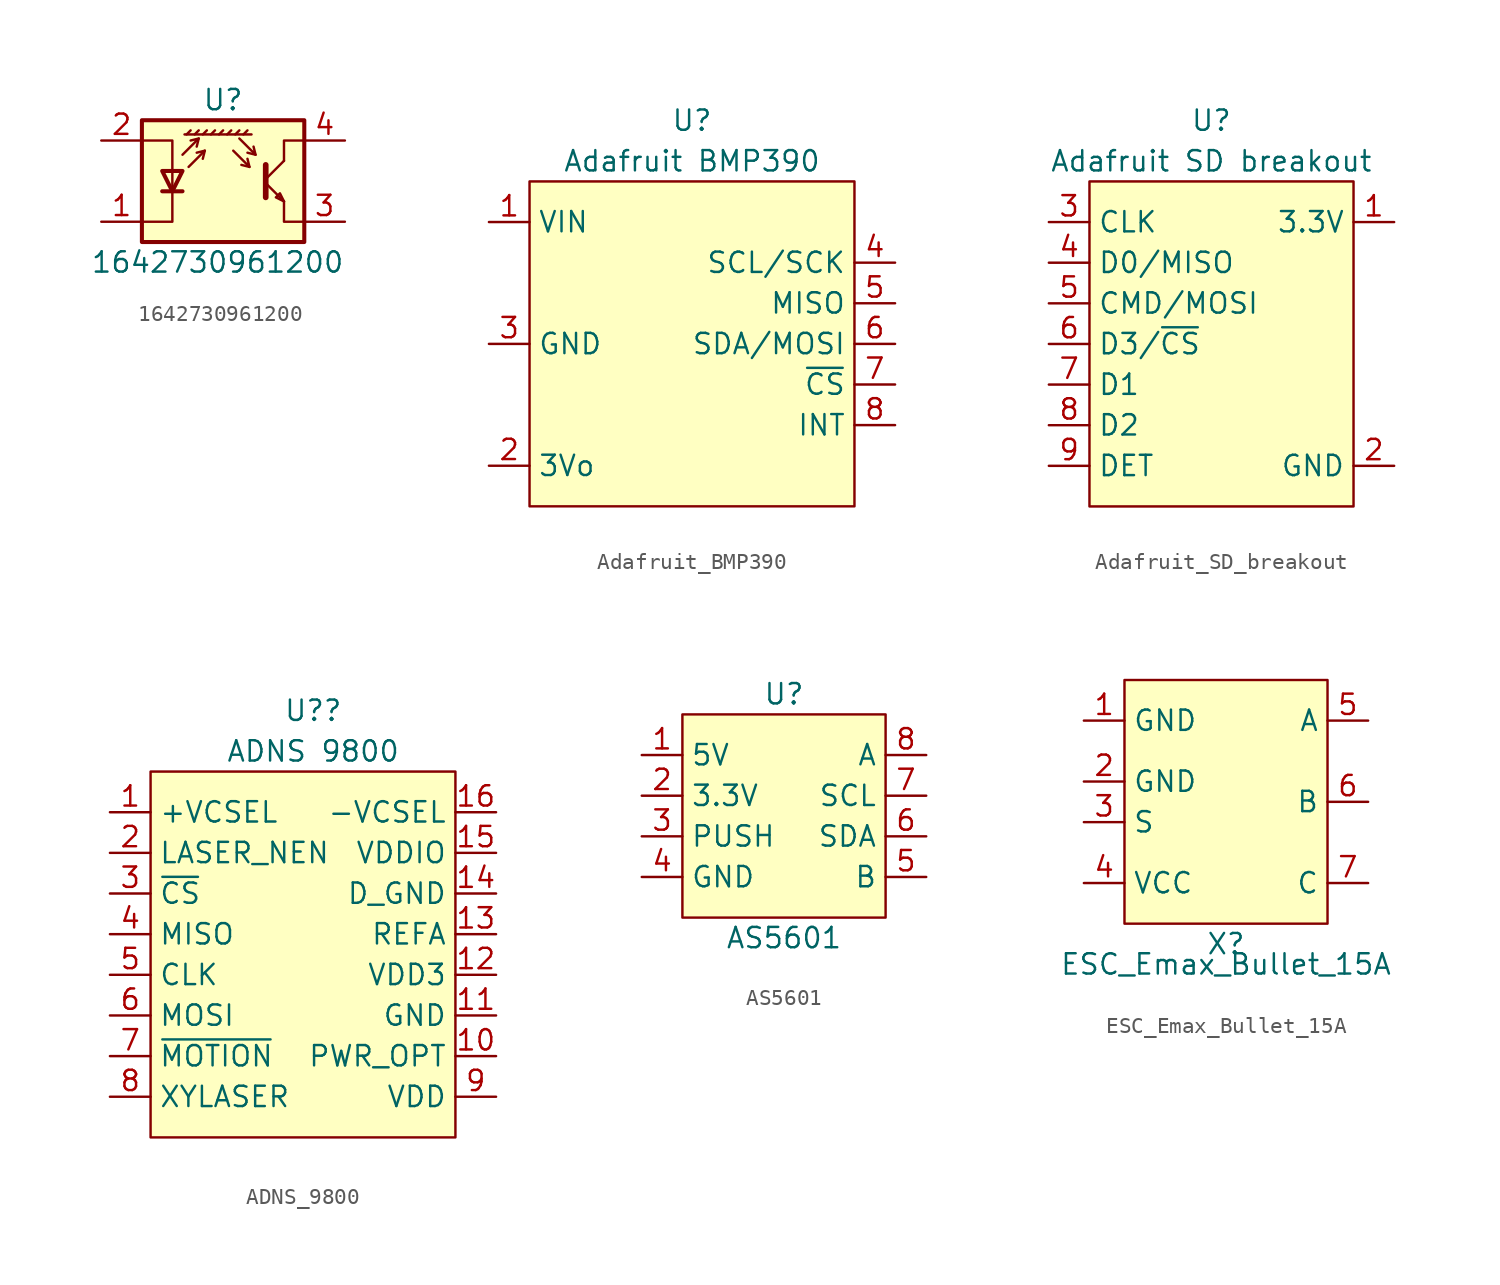
<source format=kicad_sym>
(kicad_symbol_lib
  (version 20220914)
  (generator kicad_symbol_editor)
  (symbol "1642730961200"
    (pin_names
      (offset 0.025) hide)
    (property "Reference" "U"
      (at 0 5.08 0)
      (effects (font (size 1.27 1.27))))
    (property "Value" "1642730961200"
      (at 7.62 -5.08 0)
      (effects (font (size 1.27 1.27)) (justify right)))
    (symbol "1642730961200_0_1"
      (polyline (pts (xy -3.81 -0.635) (xy -2.54 -0.635)) (stroke (width 0.254) (type default)) (fill (type none)))
      (polyline (pts (xy -2.286 2.921) (xy -2.032 3.175)) (stroke (width 0) (type default)) (fill (type none)))
      (polyline (pts (xy -1.778 2.921) (xy -1.524 3.175)) (stroke (width 0) (type default)) (fill (type none)))
      (polyline (pts (xy -1.524 2.667) (xy -1.651 2.159)) (stroke (width 0) (type default)) (fill (type none)))
      (polyline (pts (xy -1.27 2.921) (xy -1.016 3.175)) (stroke (width 0) (type default)) (fill (type none)))
      (polyline (pts (xy -1.143 1.905) (xy -1.27 1.397)) (stroke (width 0) (type default)) (fill (type none)))
      (polyline (pts (xy -0.762 2.921) (xy -0.508 3.175)) (stroke (width 0) (type default)) (fill (type none)))
      (polyline (pts (xy -0.254 2.921) (xy 0 3.175)) (stroke (width 0) (type default)) (fill (type none)))
      (polyline (pts (xy 0.254 2.921) (xy 0.508 3.175)) (stroke (width 0) (type default)) (fill (type none)))
      (polyline (pts (xy 0.762 2.921) (xy 1.016 3.175)) (stroke (width 0) (type default)) (fill (type none)))
      (polyline (pts (xy 1.27 2.921) (xy 1.524 3.175)) (stroke (width 0) (type default)) (fill (type none)))
      (polyline (pts (xy 1.651 0.889) (xy 1.143 1.016)) (stroke (width 0) (type default)) (fill (type none)))
      (polyline (pts (xy 1.778 2.921) (xy -2.413 2.921)) (stroke (width 0) (type default)) (fill (type none)))
      (polyline (pts (xy 2.032 1.651) (xy 1.524 1.778)) (stroke (width 0) (type default)) (fill (type none)))
      (polyline (pts (xy 2.667 -0.127) (xy 3.81 -1.27)) (stroke (width 0) (type default)) (fill (type none)))
      (polyline (pts (xy 2.667 0.127) (xy 3.81 1.27)) (stroke (width 0) (type default)) (fill (type none)))
      (polyline (pts (xy -2.54 1.651) (xy -1.524 2.667) (xy -2.032 2.54)) (stroke (width 0) (type default)) (fill (type none)))
      (polyline (pts (xy -2.159 0.889) (xy -1.143 1.905) (xy -1.651 1.778)) (stroke (width 0) (type default)) (fill (type none)))
      (polyline (pts (xy 0.635 1.905) (xy 1.651 0.889) (xy 1.524 1.397)) (stroke (width 0) (type default)) (fill (type none)))
      (polyline (pts (xy 1.016 2.667) (xy 2.032 1.651) (xy 1.905 2.159)) (stroke (width 0) (type default)) (fill (type none)))
      (polyline (pts (xy 2.667 1.016) (xy 2.667 -1.016) (xy 2.667 -1.016)) (stroke (width 0.356) (type default)) (fill (type none)))
      (polyline (pts (xy 3.81 -1.27) (xy 3.81 -2.54) (xy 5.08 -2.54)) (stroke (width 0) (type default)) (fill (type none)))
      (polyline (pts (xy 3.81 1.27) (xy 3.81 2.54) (xy 5.08 2.54)) (stroke (width 0) (type default)) (fill (type none)))
      (polyline (pts (xy -5.08 -2.54) (xy -3.175 -2.54) (xy -3.175 2.54) (xy -5.08 2.54)) (stroke (width 0) (type default)) (fill (type none)))
      (polyline (pts (xy -3.175 -0.635) (xy -3.81 0.635) (xy -2.54 0.635) (xy -3.175 -0.635)) (stroke (width 0.254) (type default)) (fill (type none)))
      (polyline (pts (xy 3.81 -1.27) (xy 3.556 -0.762) (xy 3.302 -1.016) (xy 3.81 -1.27)) (stroke (width 0) (type default)) (fill (type none)))
      (polyline (pts (xy -5.08 -3.81) (xy 5.08 -3.81) (xy 5.08 3.81) (xy -5.08 3.81) (xy -5.08 -3.81)) (stroke (width 0.254) (type default)) (fill (type background))))
    (symbol "1642730961200_1_1"
      (pin passive line (at -7.62 -2.54 0) (length 2.54) (name "K" (effects (font (size 1.27 1.27)))) (number "1" (effects (font (size 1.27 1.27)))))
      (pin passive line (at -7.62 2.54 0) (length 2.54) (name "A" (effects (font (size 1.27 1.27)))) (number "2" (effects (font (size 1.27 1.27)))))
      (pin open_emitter line (at 7.62 -2.54 180) (length 2.54) (name "~" (effects (font (size 1.27 1.27)))) (number "3" (effects (font (size 1.27 1.27)))))
      (pin open_collector line (at 7.62 2.54 180) (length 2.54) (name "~" (effects (font (size 1.27 1.27)))) (number "4" (effects (font (size 1.27 1.27)))))))
  (symbol "Adafruit_BMP390"
    (property "Reference" "U"
      (at 0 13.97 0)
      (effects (font (size 1.27 1.27))))
    (property "Value" "Adafruit BMP390"
      (at 0 11.43 0)
      (effects (font (size 1.27 1.27))))
    (symbol "Adafruit_BMP390_1_1"
      (rectangle (start -10.16 10.16) (end 10.16 -10.16) (stroke (width 0) (type default)) (fill (type background)))
      (pin power_in line (at -12.7 7.62 0) (length 2.54) (name "VIN" (effects (font (size 1.27 1.27)))) (number "1" (effects (font (size 1.27 1.27)))))
      (pin power_out line (at -12.7 -7.62 0) (length 2.54) (name "3Vo" (effects (font (size 1.27 1.27)))) (number "2" (effects (font (size 1.27 1.27)))))
      (pin power_in line (at -12.7 0 0) (length 2.54) (name "GND" (effects (font (size 1.27 1.27)))) (number "3" (effects (font (size 1.27 1.27)))))
      (pin input line (at 12.7 5.08 180) (length 2.54) (name "SCL/SCK" (effects (font (size 1.27 1.27)))) (number "4" (effects (font (size 1.27 1.27)))))
      (pin output line (at 12.7 2.54 180) (length 2.54) (name "MISO" (effects (font (size 1.27 1.27)))) (number "5" (effects (font (size 1.27 1.27)))))
      (pin bidirectional line (at 12.7 0 180) (length 2.54) (name "SDA/MOSI" (effects (font (size 1.27 1.27)))) (number "6" (effects (font (size 1.27 1.27)))))
      (pin input line (at 12.7 -2.54 180) (length 2.54) (name "~{CS}" (effects (font (size 1.27 1.27)))) (number "7" (effects (font (size 1.27 1.27)))))
      (pin output line (at 12.7 -5.08 180) (length 2.54) (name "INT" (effects (font (size 1.27 1.27)))) (number "8" (effects (font (size 1.27 1.27)))))))
  (symbol "Adafruit_SD_breakout"
    (property "Reference" "U"
      (at 0 13.97 0)
      (effects (font (size 1.27 1.27))))
    (property "Value" "Adafruit SD breakout"
      (at 0 11.43 0)
      (effects (font (size 1.27 1.27))))
    (symbol "Adafruit_SD_breakout_1_1"
      (rectangle (start -7.62 10.16) (end 8.89 -10.16) (stroke (width 0) (type default)) (fill (type background)))
      (pin power_in line (at 11.43 7.62 180) (length 2.54) (name "3.3V" (effects (font (size 1.27 1.27)))) (number "1" (effects (font (size 1.27 1.27)))))
      (pin power_in line (at 11.43 -7.62 180) (length 2.54) (name "GND" (effects (font (size 1.27 1.27)))) (number "2" (effects (font (size 1.27 1.27)))))
      (pin input line (at -10.16 7.62 0) (length 2.54) (name "CLK" (effects (font (size 1.27 1.27)))) (number "3" (effects (font (size 1.27 1.27)))))
      (pin bidirectional line (at -10.16 5.08 0) (length 2.54) (name "D0/MISO" (effects (font (size 1.27 1.27)))) (number "4" (effects (font (size 1.27 1.27)))))
      (pin bidirectional line (at -10.16 2.54 0) (length 2.54) (name "CMD/MOSI" (effects (font (size 1.27 1.27)))) (number "5" (effects (font (size 1.27 1.27)))))
      (pin bidirectional line (at -10.16 0 0) (length 2.54) (name "D3/~{CS}" (effects (font (size 1.27 1.27)))) (number "6" (effects (font (size 1.27 1.27)))))
      (pin bidirectional line (at -10.16 -2.54 0) (length 2.54) (name "D1" (effects (font (size 1.27 1.27)))) (number "7" (effects (font (size 1.27 1.27)))))
      (pin bidirectional line (at -10.16 -5.08 0) (length 2.54) (name "D2" (effects (font (size 1.27 1.27)))) (number "8" (effects (font (size 1.27 1.27)))))
      (pin bidirectional line (at -10.16 -7.62 0) (length 2.54) (name "DET" (effects (font (size 1.27 1.27)))) (number "9" (effects (font (size 1.27 1.27)))))))
  (symbol "ADNS_9800"
    (property "Reference" "U?"
      (at 0 15.24 0)
      (effects (font (size 1.27 1.27))))
    (property "Value" "ADNS 9800"
      (at 0 12.7 0)
      (effects (font (size 1.27 1.27))))
    (symbol "ADNS_9800_1_1"
      (rectangle (start -10.16 11.43) (end 8.89 -11.43) (stroke (width 0) (type default)) (fill (type background)))
      (pin input line (at -12.7 8.89 0) (length 2.54) (name "+VCSEL" (effects (font (size 1.27 1.27)))) (number "1" (effects (font (size 1.27 1.27)))))
      (pin input line (at 11.43 -6.35 180) (length 2.54) (name "PWR_OPT" (effects (font (size 1.27 1.27)))) (number "10" (effects (font (size 1.27 1.27)))))
      (pin power_in line (at 11.43 -3.81 180) (length 2.54) (name "GND" (effects (font (size 1.27 1.27)))) (number "11" (effects (font (size 1.27 1.27)))))
      (pin unspecified line (at 11.43 -1.27 180) (length 2.54) (name "VDD3" (effects (font (size 1.27 1.27)))) (number "12" (effects (font (size 1.27 1.27)))))
      (pin power_out line (at 11.43 1.27 180) (length 2.54) (name "REFA" (effects (font (size 1.27 1.27)))) (number "13" (effects (font (size 1.27 1.27)))))
      (pin power_in line (at 11.43 3.81 180) (length 2.54) (name "D_GND" (effects (font (size 1.27 1.27)))) (number "14" (effects (font (size 1.27 1.27)))))
      (pin power_in line (at 11.43 6.35 180) (length 2.54) (name "VDDIO" (effects (font (size 1.27 1.27)))) (number "15" (effects (font (size 1.27 1.27)))))
      (pin power_in line (at 11.43 8.89 180) (length 2.54) (name "-VCSEL" (effects (font (size 1.27 1.27)))) (number "16" (effects (font (size 1.27 1.27)))))
      (pin output line (at -12.7 6.35 0) (length 2.54) (name "LASER_NEN" (effects (font (size 1.27 1.27)))) (number "2" (effects (font (size 1.27 1.27)))))
      (pin input line (at -12.7 3.81 0) (length 2.54) (name "~{CS}" (effects (font (size 1.27 1.27)))) (number "3" (effects (font (size 1.27 1.27)))))
      (pin input line (at -12.7 1.27 0) (length 2.54) (name "MISO" (effects (font (size 1.27 1.27)))) (number "4" (effects (font (size 1.27 1.27)))))
      (pin input line (at -12.7 -1.27 0) (length 2.54) (name "CLK" (effects (font (size 1.27 1.27)))) (number "5" (effects (font (size 1.27 1.27)))))
      (pin output line (at -12.7 -3.81 0) (length 2.54) (name "MOSI" (effects (font (size 1.27 1.27)))) (number "6" (effects (font (size 1.27 1.27)))))
      (pin output line (at -12.7 -6.35 0) (length 2.54) (name "~{MOTION}" (effects (font (size 1.27 1.27)))) (number "7" (effects (font (size 1.27 1.27)))))
      (pin unspecified line (at -12.7 -8.89 0) (length 2.54) (name "XYLASER" (effects (font (size 1.27 1.27)))) (number "8" (effects (font (size 1.27 1.27)))))
      (pin power_in line (at 11.43 -8.89 180) (length 2.54) (name "VDD" (effects (font (size 1.27 1.27)))) (number "9" (effects (font (size 1.27 1.27)))))))
  (symbol "AS5601"
    (property "Reference" "U"
      (at 0 7.62 0)
      (effects (font (size 1.27 1.27))))
    (property "Value" "AS5601"
      (at 0 -7.62 0)
      (effects (font (size 1.27 1.27))))
    (symbol "AS5601_1_1"
      (rectangle (start -6.35 6.35) (end 6.35 -6.35) (stroke (width 0) (type default)) (fill (type background)))
      (pin power_in line (at -8.89 3.81 0) (length 2.54) (name "5V" (effects (font (size 1.27 1.27)))) (number "1" (effects (font (size 1.27 1.27)))))
      (pin power_in line (at -8.89 1.27 0) (length 2.54) (name "3.3V" (effects (font (size 1.27 1.27)))) (number "2" (effects (font (size 1.27 1.27)))))
      (pin output line (at -8.89 -1.27 0) (length 2.54) (name "PUSH" (effects (font (size 1.27 1.27)))) (number "3" (effects (font (size 1.27 1.27)))))
      (pin passive line (at -8.89 -3.81 0) (length 2.54) (name "GND" (effects (font (size 1.27 1.27)))) (number "4" (effects (font (size 1.27 1.27)))))
      (pin output line (at 8.89 -3.81 180) (length 2.54) (name "B" (effects (font (size 1.27 1.27)))) (number "5" (effects (font (size 1.27 1.27)))))
      (pin bidirectional line (at 8.89 -1.27 180) (length 2.54) (name "SDA" (effects (font (size 1.27 1.27)))) (number "6" (effects (font (size 1.27 1.27)))))
      (pin input line (at 8.89 1.27 180) (length 2.54) (name "SCL" (effects (font (size 1.27 1.27)))) (number "7" (effects (font (size 1.27 1.27)))))
      (pin output line (at 8.89 3.81 180) (length 2.54) (name "A" (effects (font (size 1.27 1.27)))) (number "8" (effects (font (size 1.27 1.27)))))))
  (symbol "ESC_Emax_Bullet_15A"
    (property "Reference" "X"
      (at 0 -8.89 0)
      (effects (font (size 1.27 1.27))))
    (property "Value" "ESC_Emax_Bullet_15A"
      (at 0 -10.16 0)
      (effects (font (size 1.27 1.27))))
    (symbol "ESC_Emax_Bullet_15A_0_1"
      (rectangle (start -6.35 7.62) (end 6.35 -7.62) (stroke (width 0) (type default)) (fill (type background))))
    (symbol "ESC_Emax_Bullet_15A_1_1"
      (pin power_in line (at -8.89 5.08 0) (length 2.54) (name "GND" (effects (font (size 1.27 1.27)))) (number "1" (effects (font (size 1.27 1.27)))))
      (pin passive line (at -8.89 1.27 0) (length 2.54) (name "GND" (effects (font (size 1.27 1.27)))) (number "2" (effects (font (size 1.27 1.27)))))
      (pin input line (at -8.89 -1.27 0) (length 2.54) (name "S" (effects (font (size 1.27 1.27)))) (number "3" (effects (font (size 1.27 1.27)))))
      (pin power_in line (at -8.89 -5.08 0) (length 2.54) (name "VCC" (effects (font (size 1.27 1.27)))) (number "4" (effects (font (size 1.27 1.27)))))
      (pin power_out line (at 8.89 5.08 180) (length 2.54) (name "A" (effects (font (size 1.27 1.27)))) (number "5" (effects (font (size 1.27 1.27)))))
      (pin power_out line (at 8.89 0 180) (length 2.54) (name "B" (effects (font (size 1.27 1.27)))) (number "6" (effects (font (size 1.27 1.27)))))
      (pin power_out line (at 8.89 -5.08 180) (length 2.54) (name "C" (effects (font (size 1.27 1.27)))) (number "7" (effects (font (size 1.27 1.27))))))))
</source>
